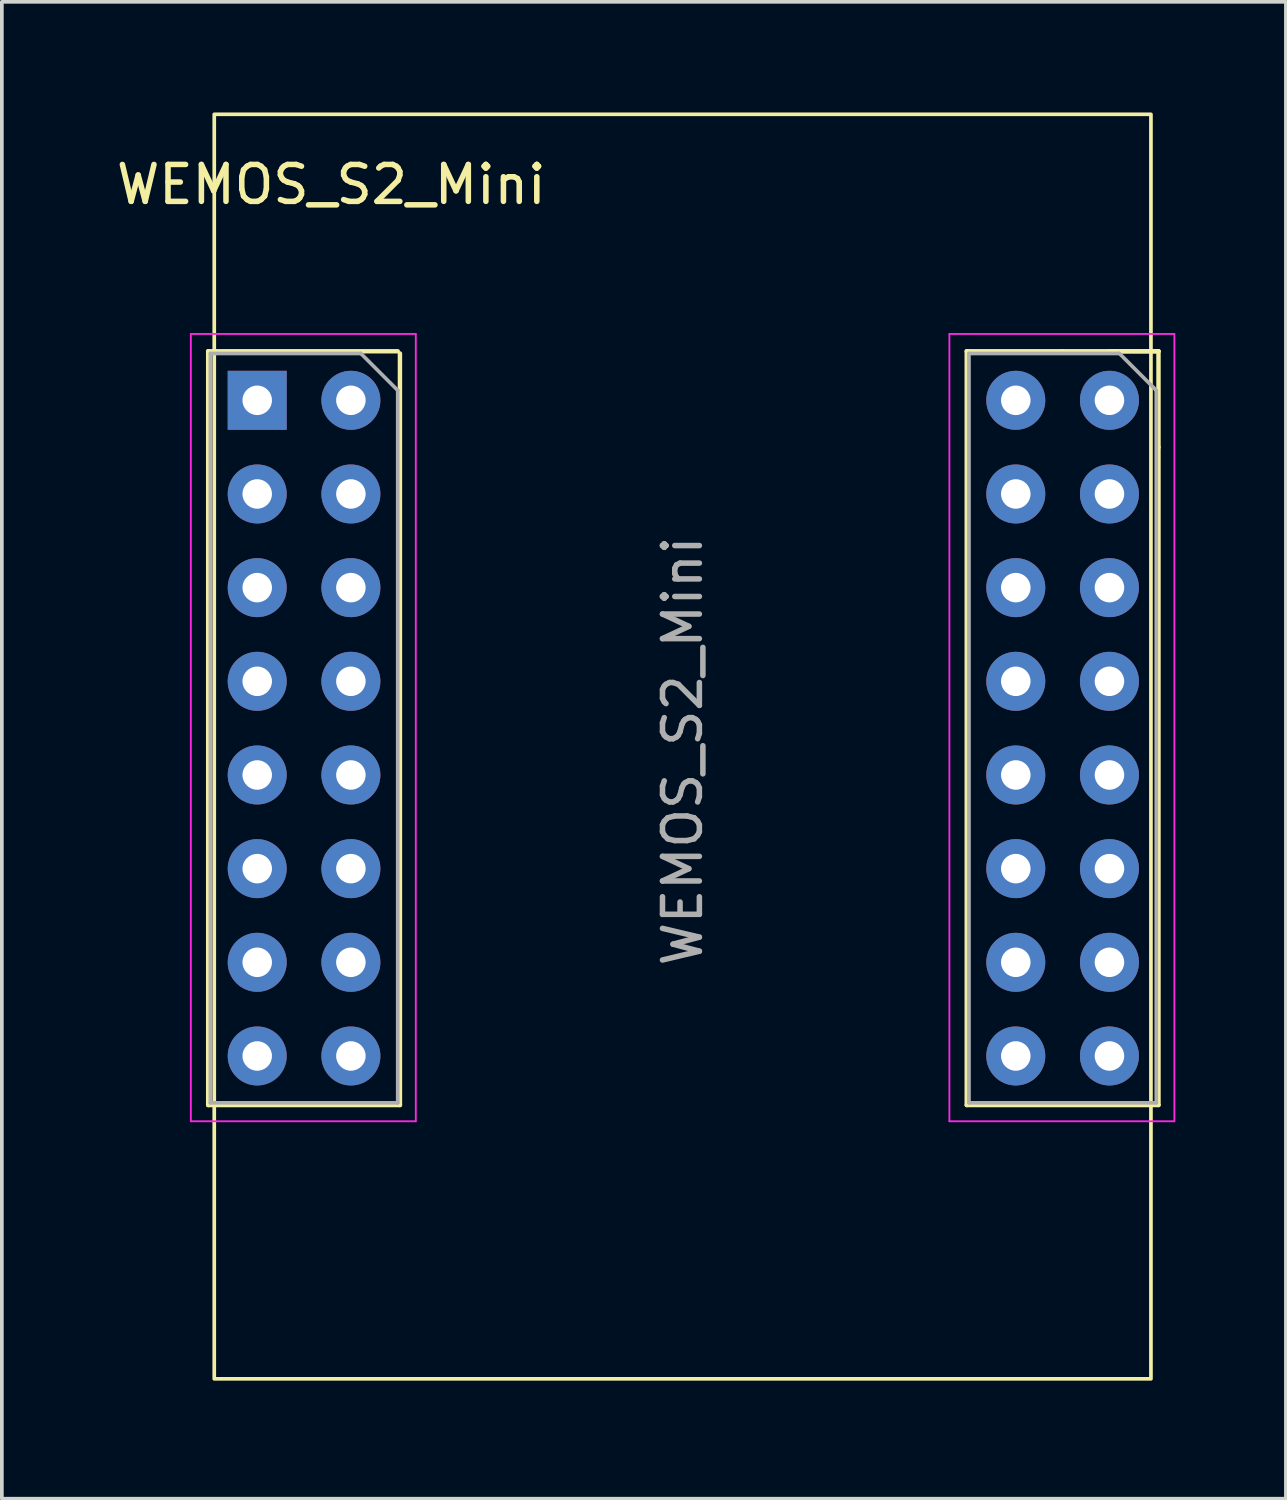
<source format=kicad_pcb>
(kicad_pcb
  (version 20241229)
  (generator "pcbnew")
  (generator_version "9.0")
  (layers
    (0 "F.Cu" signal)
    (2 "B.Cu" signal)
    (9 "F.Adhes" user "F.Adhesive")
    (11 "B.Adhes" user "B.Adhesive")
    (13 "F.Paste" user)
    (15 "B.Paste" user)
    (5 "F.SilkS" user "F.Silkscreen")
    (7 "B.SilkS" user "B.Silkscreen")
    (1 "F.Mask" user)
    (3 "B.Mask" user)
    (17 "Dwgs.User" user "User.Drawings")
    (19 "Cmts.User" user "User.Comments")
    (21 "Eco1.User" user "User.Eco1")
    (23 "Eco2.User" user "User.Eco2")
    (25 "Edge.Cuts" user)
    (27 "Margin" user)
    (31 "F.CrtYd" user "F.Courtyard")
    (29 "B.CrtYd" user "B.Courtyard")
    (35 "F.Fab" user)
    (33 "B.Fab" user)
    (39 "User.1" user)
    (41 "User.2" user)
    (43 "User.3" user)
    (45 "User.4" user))
  (footprint "WEMOS_S2_Mini"
    (layer "F.Cu")
    (at 2.76 34.34)
    (property "Reference" "WEMOS_S2_Mini" (at 3.175 -32.385 0) (layer "F.SilkS") (effects (font (size 1 1) (thickness 0.15))))
    (attr through_hole)
    (fp_line (start -0.165 -27.865) (end -0.165 -7.425) (stroke (width 0.12) (type solid)) (layer "F.SilkS"))
    (fp_line (start -0.165 -27.865) (end 4.975 -27.865) (stroke (width 0.12) (type solid)) (layer "F.SilkS"))
    (fp_line (start -0.165 -7.425) (end 5.035 -7.425) (stroke (width 0.12) (type solid)) (layer "F.SilkS"))
    (fp_line (start 5.035 -27.805) (end 5.035 -7.425) (stroke (width 0.12) (type solid)) (layer "F.SilkS"))
    (fp_line (start 20.405 -27.865) (end 20.405 -7.425) (stroke (width 0.12) (type solid)) (layer "F.SilkS"))
    (fp_line (start 20.405 -27.865) (end 23.005 -27.865) (stroke (width 0.12) (type solid)) (layer "F.SilkS"))
    (fp_line (start 20.405 -7.425) (end 25.605 -7.425) (stroke (width 0.12) (type solid)) (layer "F.SilkS"))
    (fp_line (start 23.005 -27.865) (end 25.605 -27.865) (stroke (width 0.12) (type solid)) (layer "F.SilkS"))
    (fp_line (start 24.275 -27.865) (end 25.605 -27.865) (stroke (width 0.12) (type solid)) (layer "F.SilkS"))
    (fp_line (start 25.605 -27.865) (end 25.605 -25.265) (stroke (width 0.12) (type solid)) (layer "F.SilkS"))
    (fp_line (start 25.605 -25.265) (end 25.605 -7.425) (stroke (width 0.12) (type solid)) (layer "F.SilkS"))
    (fp_rect (start 0 0) (end 25.4 -34.29) (stroke (width 0.1) (type default)) (fill no) (layer "F.SilkS"))
    (fp_line (start -0.635 -28.335) (end 5.465 -28.335) (stroke (width 0.05) (type solid)) (layer "F.CrtYd"))
    (fp_line (start -0.635 -6.985) (end -0.635 -28.335) (stroke (width 0.05) (type solid)) (layer "F.CrtYd"))
    (fp_line (start 5.465 -28.335) (end 5.465 -6.985) (stroke (width 0.05) (type solid)) (layer "F.CrtYd"))
    (fp_line (start 5.465 -6.985) (end -0.635 -6.985) (stroke (width 0.05) (type solid)) (layer "F.CrtYd"))
    (fp_line (start 19.935 -28.335) (end 26.035 -28.335) (stroke (width 0.05) (type solid)) (layer "F.CrtYd"))
    (fp_line (start 19.935 -6.985) (end 19.935 -28.335) (stroke (width 0.05) (type solid)) (layer "F.CrtYd"))
    (fp_line (start 26.035 -28.335) (end 26.035 -6.985) (stroke (width 0.05) (type solid)) (layer "F.CrtYd"))
    (fp_line (start 26.035 -6.985) (end 19.935 -6.985) (stroke (width 0.05) (type solid)) (layer "F.CrtYd"))
    (fp_line (start -0.105 -27.805) (end 3.975 -27.805) (stroke (width 0.1) (type solid)) (layer "F.Fab"))
    (fp_line (start -0.105 -7.485) (end -0.105 -27.805) (stroke (width 0.1) (type solid)) (layer "F.Fab"))
    (fp_line (start 3.975 -27.805) (end 4.975 -26.805) (stroke (width 0.1) (type solid)) (layer "F.Fab"))
    (fp_line (start 4.975 -26.805) (end 4.975 -7.485) (stroke (width 0.1) (type solid)) (layer "F.Fab"))
    (fp_line (start 4.975 -7.485) (end -0.105 -7.485) (stroke (width 0.1) (type solid)) (layer "F.Fab"))
    (fp_line (start 20.465 -27.805) (end 24.545 -27.805) (stroke (width 0.1) (type solid)) (layer "F.Fab"))
    (fp_line (start 20.465 -7.485) (end 20.465 -27.805) (stroke (width 0.1) (type solid)) (layer "F.Fab"))
    (fp_line (start 24.545 -27.805) (end 25.545 -26.805) (stroke (width 0.1) (type solid)) (layer "F.Fab"))
    (fp_line (start 25.545 -26.805) (end 25.545 -7.485) (stroke (width 0.1) (type solid)) (layer "F.Fab"))
    (fp_line (start 25.545 -7.485) (end 20.465 -7.485) (stroke (width 0.1) (type solid)) (layer "F.Fab"))
    (fp_text user "${REFERENCE}" (at 12.7 -17.025 90) (layer "F.Fab") (effects (font (size 1 1) (thickness 0.15))))
    (pad "1" thru_hole rect (at 1.165 -26.535) (size 1.6 1.6) (drill 0.8) (layers "*.Cu" "*.Mask"))
    (pad "2" thru_hole circle (at 3.705 -26.535) (size 1.6 1.6) (drill 0.8) (layers "*.Cu" "*.Mask"))
    (pad "3" thru_hole circle (at 3.705 -23.995) (size 1.6 1.6) (drill 0.8) (layers "*.Cu" "*.Mask"))
    (pad "4" thru_hole circle (at 1.165 -23.995) (size 1.6 1.6) (drill 0.8) (layers "*.Cu" "*.Mask"))
    (pad "5" thru_hole circle (at 3.705 -21.455) (size 1.6 1.6) (drill 0.8) (layers "*.Cu" "*.Mask"))
    (pad "6" thru_hole circle (at 1.165 -21.455) (size 1.6 1.6) (drill 0.8) (layers "*.Cu" "*.Mask"))
    (pad "7" thru_hole circle (at 3.705 -18.915) (size 1.6 1.6) (drill 0.8) (layers "*.Cu" "*.Mask"))
    (pad "8" thru_hole circle (at 1.165 -18.915) (size 1.6 1.6) (drill 0.8) (layers "*.Cu" "*.Mask"))
    (pad "9" thru_hole circle (at 3.705 -16.375) (size 1.6 1.6) (drill 0.8) (layers "*.Cu" "*.Mask"))
    (pad "10" thru_hole circle (at 1.165 -16.375) (size 1.6 1.6) (drill 0.8) (layers "*.Cu" "*.Mask"))
    (pad "11" thru_hole circle (at 3.705 -13.835) (size 1.6 1.6) (drill 0.8) (layers "*.Cu" "*.Mask"))
    (pad "12" thru_hole circle (at 1.165 -13.835) (size 1.6 1.6) (drill 0.8) (layers "*.Cu" "*.Mask"))
    (pad "13" thru_hole circle (at 1.165 -11.295) (size 1.6 1.6) (drill 0.8) (layers "*.Cu" "*.Mask"))
    (pad "14" thru_hole circle (at 3.705 -11.295) (size 1.6 1.6) (drill 0.8) (layers "*.Cu" "*.Mask"))
    (pad "15" thru_hole circle (at 3.705 -8.755) (size 1.6 1.6) (drill 0.8) (layers "*.Cu" "*.Mask"))
    (pad "16" thru_hole circle (at 1.165 -8.755) (size 1.6 1.6) (drill 0.8) (layers "*.Cu" "*.Mask"))
    (pad "17" thru_hole circle (at 21.735 -11.295) (size 1.6 1.6) (drill 0.8) (layers "*.Cu" "*.Mask"))
    (pad "18" thru_hole circle (at 24.275 -11.295) (size 1.6 1.6) (drill 0.8) (layers "*.Cu" "*.Mask"))
    (pad "19" thru_hole circle (at 24.275 -8.755) (size 1.6 1.6) (drill 0.8) (layers "*.Cu" "*.Mask"))
    (pad "20" thru_hole circle (at 21.735 -8.755) (size 1.6 1.6) (drill 0.8) (layers "*.Cu" "*.Mask"))
    (pad "21" thru_hole circle (at 24.275 -13.835) (size 1.6 1.6) (drill 0.8) (layers "*.Cu" "*.Mask"))
    (pad "22" thru_hole circle (at 21.735 -13.835) (size 1.6 1.6) (drill 0.8) (layers "*.Cu" "*.Mask"))
    (pad "23" thru_hole circle (at 24.275 -16.375) (size 1.6 1.6) (drill 0.8) (layers "*.Cu" "*.Mask"))
    (pad "24" thru_hole circle (at 21.735 -16.375) (size 1.6 1.6) (drill 0.8) (layers "*.Cu" "*.Mask"))
    (pad "25" thru_hole circle (at 24.275 -18.915) (size 1.6 1.6) (drill 0.8) (layers "*.Cu" "*.Mask"))
    (pad "26" thru_hole circle (at 21.735 -18.915) (size 1.6 1.6) (drill 0.8) (layers "*.Cu" "*.Mask"))
    (pad "27" thru_hole circle (at 24.275 -21.455) (size 1.6 1.6) (drill 0.8) (layers "*.Cu" "*.Mask"))
    (pad "28" thru_hole circle (at 21.735 -21.455) (size 1.6 1.6) (drill 0.8) (layers "*.Cu" "*.Mask"))
    (pad "29" thru_hole circle (at 24.275 -23.995) (size 1.6 1.6) (drill 0.8) (layers "*.Cu" "*.Mask"))
    (pad "30" thru_hole circle (at 21.735 -23.995) (size 1.6 1.6) (drill 0.8) (layers "*.Cu" "*.Mask"))
    (pad "31" thru_hole circle (at 24.275 -26.535) (size 1.6 1.6) (drill 0.8) (layers "*.Cu" "*.Mask"))
    (pad "32" thru_hole circle (at 21.735 -26.535) (size 1.6 1.6) (drill 0.8) (layers "*.Cu" "*.Mask")))
  (gr_rect
    (start -3 -3)
    (end 31.82 37.59)
    (stroke (width 0.1) (type default))
    (fill no)
    (layer "Edge.Cuts")))
</source>
